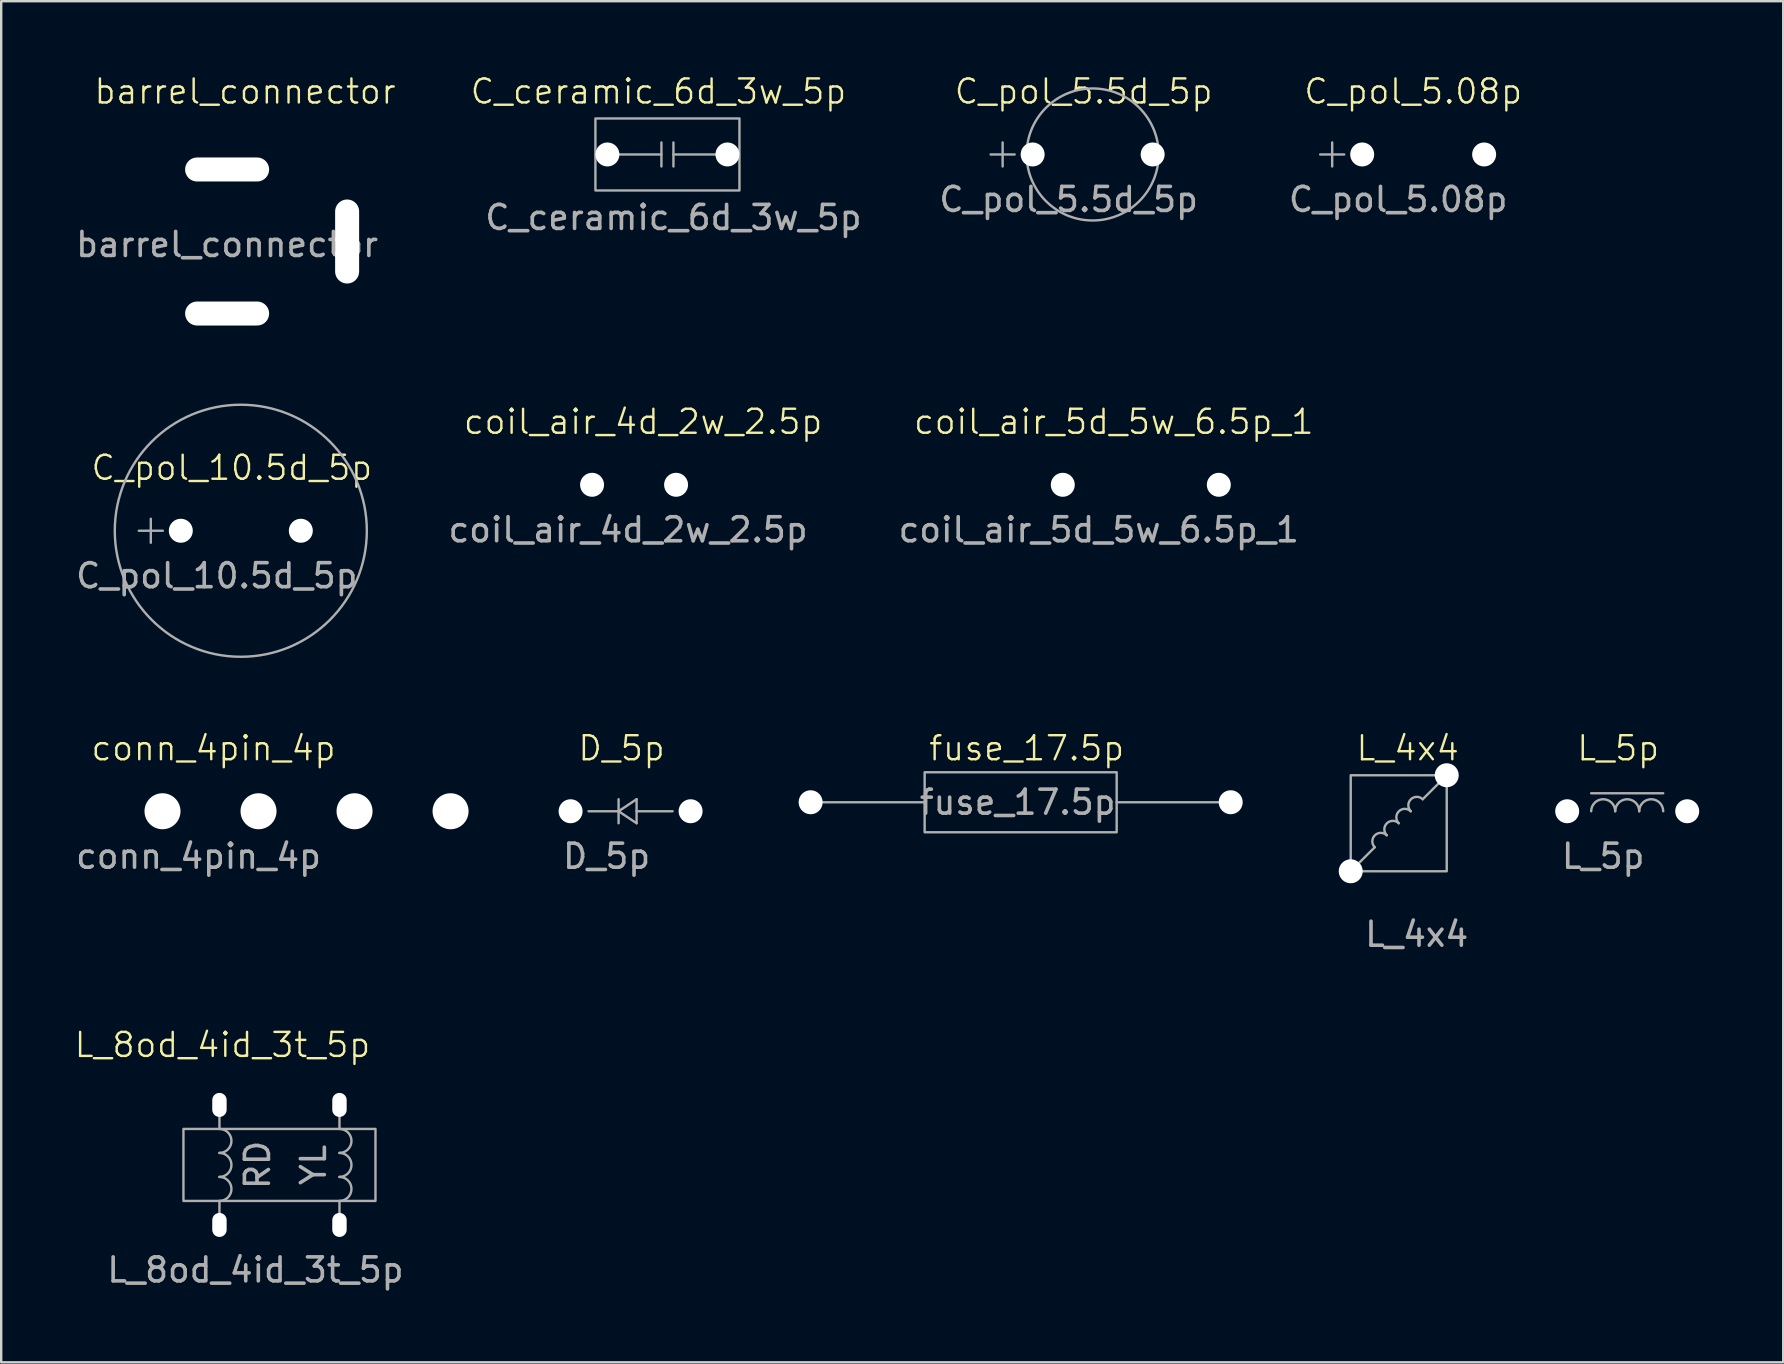
<source format=kicad_pcb>
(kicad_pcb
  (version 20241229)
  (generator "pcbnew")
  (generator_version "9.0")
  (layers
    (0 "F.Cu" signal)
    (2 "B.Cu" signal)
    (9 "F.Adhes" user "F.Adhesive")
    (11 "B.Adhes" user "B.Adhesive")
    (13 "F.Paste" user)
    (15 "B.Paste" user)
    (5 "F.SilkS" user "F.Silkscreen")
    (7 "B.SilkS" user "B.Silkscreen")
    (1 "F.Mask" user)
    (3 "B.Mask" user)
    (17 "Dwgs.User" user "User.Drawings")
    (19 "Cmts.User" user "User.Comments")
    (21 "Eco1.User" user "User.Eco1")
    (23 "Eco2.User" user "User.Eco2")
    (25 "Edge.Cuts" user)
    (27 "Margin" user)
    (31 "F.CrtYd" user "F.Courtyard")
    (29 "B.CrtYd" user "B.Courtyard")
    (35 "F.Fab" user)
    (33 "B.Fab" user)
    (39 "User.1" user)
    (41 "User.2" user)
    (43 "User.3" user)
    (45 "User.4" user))
  (footprint "C_pol_10.5d_5p"
    (layer "F.Cu")
    (at 4.482 19.061)
    (property "Reference" "C_pol_10.5d_5p" (at 2.125 -2.625 0) (unlocked yes) (layer "F.SilkS") (effects (font (size 1 1) (thickness 0.1))))
    (attr through_hole)
    (fp_line (start -1.75 0) (end -0.75 0) (stroke (width 0.1) (type default)) (layer "F.Fab"))
    (fp_line (start -1.25 -0.5) (end -1.25 0.5) (stroke (width 0.1) (type default)) (layer "F.Fab"))
    (fp_circle (center 2.5 0) (end 2.5 -5.25) (stroke (width 0.1) (type default)) (fill no) (layer "F.Fab"))
    (fp_text user "${REFERENCE}" (at 1.5 1.875 0) (unlocked yes) (layer "F.Fab") (effects (font (size 1 1) (thickness 0.15))))
    (pad "1" thru_hole circle (at 0 0) (size 2 2) (drill 1) (layers "*.Cu" "B.Mask") (remove_unused_layers yes) (zone_layer_connections))
    (pad "2" thru_hole circle (at 5 0) (size 2 2) (drill 1) (layers "*.Cu" "B.Mask") (remove_unused_layers yes) (zone_layer_connections)))
  (footprint "conn_4pin_4p"
    (layer "F.Cu")
    (at 3.72 30.746)
    (property "Reference" "conn_4pin_4p" (at 2.125 -2.625 0) (unlocked yes) (layer "F.SilkS") (effects (font (size 1 1) (thickness 0.1))))
    (attr through_hole)
    (fp_text user "${REFERENCE}" (at 1.5 1.875 0) (unlocked yes) (layer "F.Fab") (effects (font (size 1 1) (thickness 0.15))))
    (pad "1" thru_hole circle (at 0 0) (size 2 2) (drill 1.5) (layers "*.Cu" "B.Mask") (remove_unused_layers yes) (zone_layer_connections))
    (pad "2" thru_hole circle (at 4 0) (size 2 2) (drill 1.5) (layers "*.Cu" "B.Mask") (remove_unused_layers yes) (zone_layer_connections))
    (pad "3" thru_hole circle (at 8 0) (size 2 2) (drill 1.5) (layers "*.Cu" "B.Mask") (remove_unused_layers yes) (zone_layer_connections))
    (pad "4" thru_hole circle (at 12 0) (size 2 2) (drill 1.5) (layers "*.Cu" "B.Mask") (remove_unused_layers yes) (zone_layer_connections)))
  (footprint "C_pol_5.08p"
    (layer "F.Cu")
    (at 53.698 3.385)
    (property "Reference" "C_pol_5.08p" (at 2.125 -2.625 0) (unlocked yes) (layer "F.SilkS") (effects (font (size 1 1) (thickness 0.1))))
    (attr through_hole)
    (fp_line (start -1.75 0) (end -0.75 0) (stroke (width 0.1) (type default)) (layer "F.Fab"))
    (fp_line (start -1.25 -0.5) (end -1.25 0.5) (stroke (width 0.1) (type default)) (layer "F.Fab"))
    (fp_text user "${REFERENCE}" (at 1.5 1.875 0) (unlocked yes) (layer "F.Fab") (effects (font (size 1 1) (thickness 0.15))))
    (pad "1" thru_hole circle (at 0 0) (size 2 2) (drill 1) (layers "*.Cu" "*.Mask") (remove_unused_layers yes) (zone_layer_connections))
    (pad "2" thru_hole circle (at 5.08 0) (size 2 2) (drill 1) (layers "*.Cu" "B.Mask") (remove_unused_layers yes) (zone_layer_connections)))
  (footprint "C_ceramic_6d_3w_5p"
    (layer "F.Cu")
    (at 22.255 3.385)
    (property "Reference" "C_ceramic_6d_3w_5p" (at 2.125 -2.625 0) (unlocked yes) (layer "F.SilkS") (effects (font (size 1 1) (thickness 0.1))))
    (attr through_hole)
    (fp_line (start 0 0) (end 2.25 0) (stroke (width 0.1) (type default)) (layer "F.Fab"))
    (fp_line (start 2.25 -0.5) (end 2.25 0.5) (stroke (width 0.1) (type default)) (layer "F.Fab"))
    (fp_line (start 2.75 -0.5) (end 2.75 0.5) (stroke (width 0.1) (type default)) (layer "F.Fab"))
    (fp_line (start 2.75 0) (end 5 0) (stroke (width 0.1) (type default)) (layer "F.Fab"))
    (fp_rect (start -0.5 -1.5) (end 5.5 1.5) (stroke (width 0.1) (type solid)) (fill no) (layer "F.Fab"))
    (fp_text user "${REFERENCE}" (at 2.75 2.625 0) (unlocked yes) (layer "F.Fab") (effects (font (size 1 1) (thickness 0.15))))
    (pad "1" thru_hole circle (at 0 0) (size 2 2) (drill 1) (layers "*.Cu" "B.Mask") (remove_unused_layers yes) (zone_layer_connections))
    (pad "2" thru_hole circle (at 5 0) (size 2 2) (drill 1) (layers "*.Cu" "B.Mask") (remove_unused_layers yes) (zone_layer_connections)))
  (footprint "L_5p"
    (layer "F.Cu")
    (at 62.238 30.746)
    (property "Reference" "L_5p" (at 2.125 -2.625 0) (unlocked yes) (layer "F.SilkS") (effects (font (size 1 1) (thickness 0.1))))
    (attr through_hole)
    (fp_line (start 1 -0.75) (end 4 -0.75) (stroke (width 0.1) (type default)) (layer "F.Fab"))
    (fp_arc (start 1 0) (mid 1.5 -0.5) (end 2 0) (stroke (width 0.1) (type default)) (layer "F.Fab"))
    (fp_arc (start 2 0) (mid 2.5 -0.5) (end 3 0) (stroke (width 0.1) (type default)) (layer "F.Fab"))
    (fp_arc (start 3 0) (mid 3.5 -0.5) (end 4 0) (stroke (width 0.1) (type default)) (layer "F.Fab"))
    (fp_text user "${REFERENCE}" (at 1.5 1.875 0) (unlocked yes) (layer "F.Fab") (effects (font (size 1 1) (thickness 0.15))))
    (pad "1" thru_hole circle (at 0 0) (size 2 2) (drill 1) (layers "*.Cu" "B.Mask") (remove_unused_layers yes) (zone_layer_connections))
    (pad "2" thru_hole circle (at 5 0) (size 2 2) (drill 1) (layers "*.Cu" "B.Mask") (remove_unused_layers yes) (zone_layer_connections)))
  (footprint "coil_air_4d_2w_2.5p"
    (layer "F.Cu")
    (at 21.615 17.146)
    (property "Reference" "coil_air_4d_2w_2.5p" (at 2.125 -2.625 0) (unlocked yes) (layer "F.SilkS") (effects (font (size 1 1) (thickness 0.1))))
    (attr through_hole)
    (fp_text user "${REFERENCE}" (at 1.5 1.875 0) (unlocked yes) (layer "F.Fab") (effects (font (size 1 1) (thickness 0.15))))
    (pad "1" thru_hole circle (at 0 0) (size 2 2) (drill 1) (layers "*.Cu" "*.Mask") (remove_unused_layers yes) (zone_layer_connections))
    (pad "2" thru_hole circle (at 3.5 0) (size 2 2) (drill 1) (layers "*.Cu" "B.Mask") (remove_unused_layers yes) (zone_layer_connections)))
  (footprint "C_pol_5.5d_5p"
    (layer "F.Cu")
    (at 39.969 3.385)
    (property "Reference" "C_pol_5.5d_5p" (at 2.125 -2.625 0) (unlocked yes) (layer "F.SilkS") (effects (font (size 1 1) (thickness 0.1))))
    (attr through_hole)
    (fp_line (start -1.75 0) (end -0.75 0) (stroke (width 0.1) (type default)) (layer "F.Fab"))
    (fp_line (start -1.25 -0.5) (end -1.25 0.5) (stroke (width 0.1) (type default)) (layer "F.Fab"))
    (fp_circle (center 2.5 0) (end -0.25 0) (stroke (width 0.1) (type default)) (fill no) (layer "F.Fab"))
    (fp_text user "${REFERENCE}" (at 1.5 1.875 0) (unlocked yes) (layer "F.Fab") (effects (font (size 1 1) (thickness 0.15))))
    (pad "1" thru_hole circle (at 0 0) (size 2 2) (drill 1) (layers "*.Cu" "B.Mask") (remove_unused_layers yes) (zone_layer_connections))
    (pad "2" thru_hole circle (at 5 0) (size 2 2) (drill 1) (layers "*.Cu" "B.Mask") (remove_unused_layers yes) (zone_layer_connections)))
  (footprint "D_5p"
    (layer "F.Cu")
    (at 20.72 30.746)
    (property "Reference" "D_5p" (at 2.125 -2.625 0) (unlocked yes) (layer "F.SilkS") (effects (font (size 1 1) (thickness 0.1))))
    (attr through_hole)
    (fp_line (start 0.75 0) (end 2 0) (stroke (width 0.1) (type solid)) (layer "F.Fab"))
    (fp_line (start 2 -0.5) (end 2 0.5) (stroke (width 0.1) (type default)) (layer "F.Fab"))
    (fp_line (start 2 0) (end 2.75 -0.5) (stroke (width 0.1) (type default)) (layer "F.Fab"))
    (fp_line (start 2.75 -0.5) (end 2.75 0.5) (stroke (width 0.1) (type default)) (layer "F.Fab"))
    (fp_line (start 2.75 0) (end 4.25 0) (stroke (width 0.1) (type solid)) (layer "F.Fab"))
    (fp_line (start 2.75 0.5) (end 2 0) (stroke (width 0.1) (type default)) (layer "F.Fab"))
    (fp_text user "${REFERENCE}" (at 1.5 1.875 0) (unlocked yes) (layer "F.Fab") (effects (font (size 1 1) (thickness 0.15))))
    (pad "1" thru_hole circle (at 0 0) (size 2 2) (drill 1) (layers "*.Cu" "B.Mask") (remove_unused_layers yes) (zone_layer_connections))
    (pad "2" thru_hole circle (at 5 0) (size 2 2) (drill 1) (layers "*.Cu" "B.Mask") (remove_unused_layers yes) (zone_layer_connections)))
  (footprint "coil_air_5d_5w_6.5p_1"
    (layer "F.Cu")
    (at 41.225 17.146)
    (property "Reference" "coil_air_5d_5w_6.5p_1" (at 2.125 -2.625 0) (unlocked yes) (layer "F.SilkS") (effects (font (size 1 1) (thickness 0.1))))
    (attr through_hole)
    (fp_text user "${REFERENCE}" (at 1.5 1.875 0) (unlocked yes) (layer "F.Fab") (effects (font (size 1 1) (thickness 0.15))))
    (pad "1" thru_hole circle (at 0 0) (size 2 2) (drill 1) (layers "*.Cu" "*.Mask") (remove_unused_layers yes) (zone_layer_connections))
    (pad "2" thru_hole circle (at 6.5 0) (size 2 2) (drill 1) (layers "*.Cu" "B.Mask") (remove_unused_layers yes) (zone_layer_connections)))
  (footprint "L_4x4"
    (layer "F.Cu")
    (at 53.22 33.246)
    (property "Reference" "L_4x4" (at 2.375 -5.125 0) (unlocked yes) (layer "F.SilkS") (effects (font (size 1 1) (thickness 0.1))))
    (attr through_hole)
    (fp_line (start 1 -1) (end 0 0) (stroke (width 0.1) (type default)) (layer "F.Fab"))
    (fp_line (start 3 -3) (end 4 -4) (stroke (width 0.1) (type default)) (layer "F.Fab"))
    (fp_rect (start 0 -4) (end 4 0) (stroke (width 0.1) (type solid)) (fill no) (layer "F.Fab"))
    (fp_arc (start 1 -1) (mid 1 -1.5) (end 1.5 -1.5) (stroke (width 0.1) (type default)) (layer "F.Fab"))
    (fp_arc (start 1.499999 -1.5) (mid 1.5 -2.000001) (end 2 -2) (stroke (width 0.1) (type default)) (layer "F.Fab"))
    (fp_arc (start 2 -2) (mid 2 -2.5) (end 2.5 -2.5) (stroke (width 0.1) (type default)) (layer "F.Fab"))
    (fp_arc (start 2.5 -2.5) (mid 2.5 -3) (end 3 -3) (stroke (width 0.1) (type default)) (layer "F.Fab"))
    (fp_text user "${REFERENCE}" (at 2.75 2.625 0) (unlocked yes) (layer "F.Fab") (effects (font (size 1 1) (thickness 0.15))))
    (pad "1" thru_hole circle (at 0 0) (size 2 2) (drill 1) (layers "*.Cu" "B.Mask") (remove_unused_layers yes) (zone_layer_connections))
    (pad "2" thru_hole circle (at 4 -4) (size 2 2) (drill 1) (layers "*.Cu" "B.Mask") (remove_unused_layers yes) (zone_layer_connections)))
  (footprint "fuse_17.5p"
    (layer "F.Cu")
    (at 30.72 30.371)
    (property "Reference" "fuse_17.5p" (at 9 -2.25 0) (unlocked yes) (layer "F.SilkS") (effects (font (size 1 1) (thickness 0.1))))
    (attr through_hole)
    (fp_line (start 4.75 0) (end 0 0) (stroke (width 0.1) (type default)) (layer "F.Fab"))
    (fp_line (start 12.75 0) (end 17.5 0) (stroke (width 0.1) (type default)) (layer "F.Fab"))
    (fp_rect (start 4.75 -1.25) (end 12.75 1.25) (stroke (width 0.1) (type solid)) (fill no) (layer "F.Fab"))
    (fp_text user "${REFERENCE}" (at 8.625 0 0) (unlocked yes) (layer "F.Fab") (effects (font (size 1 1) (thickness 0.15))))
    (pad "1" thru_hole circle (at 0 0) (size 2 2) (drill 1) (layers "*.Cu" "*.Mask") (remove_unused_layers yes) (zone_layer_connections))
    (pad "2" thru_hole circle (at 17.5 0) (size 2 2) (drill 1) (layers "*.Cu" "B.Mask") (remove_unused_layers yes) (zone_layer_connections)))
  (footprint "barrel_connector"
    (layer "F.Cu")
    (at 6.411 4.011)
    (property "Reference" "barrel_connector" (at 0.75 -3.25 0) (unlocked yes) (layer "F.SilkS") (effects (font (size 1 1) (thickness 0.1))))
    (attr through_hole)
    (fp_text user "${REFERENCE}" (at 0 3.125 0) (unlocked yes) (layer "F.Fab") (effects (font (size 1 1) (thickness 0.15))))
    (pad "1" thru_hole rect (at 0 0) (size 4 1.5) (drill oval 3.5 1) (layers "*.Cu" "*.Mask") (remove_unused_layers yes) (zone_layer_connections))
    (pad "2" thru_hole rect (at 0 6) (size 4 1.5) (drill oval 3.5 1) (layers "*.Cu" "*.Mask") (remove_unused_layers yes) (zone_layer_connections))
    (pad "3" thru_hole rect (at 5 3) (size 1.5 4) (drill oval 1 3.5) (layers "*.Cu" "B.Mask") (remove_unused_layers yes) (zone_layer_connections)))
  (footprint "L_8od_4id_3t_5p"
    (layer "F.Cu")
    (at 6.092 47.98)
    (property "Reference" "L_8od_4id_3t_5p" (at 0.125 -7.5 0) (unlocked yes) (layer "F.SilkS") (effects (font (size 1 1) (thickness 0.1))))
    (attr through_hole)
    (fp_line (start 0 -4) (end 0 -5) (stroke (width 0.1) (type default)) (layer "F.Fab"))
    (fp_line (start 0 -1) (end 0 0) (stroke (width 0.1) (type default)) (layer "F.Fab"))
    (fp_line (start 5 -4) (end 5 -5) (stroke (width 0.1) (type default)) (layer "F.Fab"))
    (fp_line (start 5 -1) (end 5 0) (stroke (width 0.1) (type default)) (layer "F.Fab"))
    (fp_rect (start -1.5 -4) (end 6.5 -1) (stroke (width 0.1) (type solid)) (fill no) (layer "F.Fab"))
    (fp_arc (start 0 -4) (mid 0.5 -3.5) (end 0 -3) (stroke (width 0.1) (type default)) (layer "F.Fab"))
    (fp_arc (start 0 -3) (mid 0.5 -2.5) (end 0 -2) (stroke (width 0.1) (type default)) (layer "F.Fab"))
    (fp_arc (start 0 -2) (mid 0.5 -1.5) (end 0 -1) (stroke (width 0.1) (type default)) (layer "F.Fab"))
    (fp_arc (start 5 -4) (mid 5.5 -3.5) (end 5 -3) (stroke (width 0.1) (type default)) (layer "F.Fab"))
    (fp_arc (start 5 -3) (mid 5.5 -2.5) (end 5 -2) (stroke (width 0.1) (type default)) (layer "F.Fab"))
    (fp_arc (start 5 -2) (mid 5.5 -1.5) (end 5 -1) (stroke (width 0.1) (type default)) (layer "F.Fab"))
    (fp_text user "YL" (at 4.5 -2.5 90) (unlocked yes) (layer "F.Fab") (effects (font (size 1 1) (thickness 0.15)) (justify bottom)))
    (fp_text user "RD" (at 1 -2.5 90) (unlocked yes) (layer "F.Fab") (effects (font (size 1 1) (thickness 0.15)) (justify top)))
    (fp_text user "${REFERENCE}" (at 1.5 1.875 0) (unlocked yes) (layer "F.Fab") (effects (font (size 1 1) (thickness 0.15))))
    (pad "1" thru_hole rect (at 0 0) (size 1 1.4) (drill oval 0.6 1) (layers "*.Cu" "B.Mask") (remove_unused_layers yes) (zone_layer_connections))
    (pad "2" thru_hole rect (at 0 -5) (size 1 1.4) (drill oval 0.6 1) (layers "*.Cu" "B.Mask") (remove_unused_layers yes) (zone_layer_connections))
    (pad "3" thru_hole rect (at 5 0) (size 1 1.4) (drill oval 0.6 1) (layers "*.Cu" "B.Mask") (remove_unused_layers yes) (zone_layer_connections))
    (pad "4" thru_hole rect (at 5 -5) (size 1 1.4) (drill oval 0.6 1) (layers "*.Cu" "B.Mask") (remove_unused_layers yes) (zone_layer_connections)))
  (gr_rect
    (start -3 -3)
    (end 71.238 53.703)
    (stroke (width 0.1) (type default))
    (fill no)
    (layer "Edge.Cuts")))
</source>
